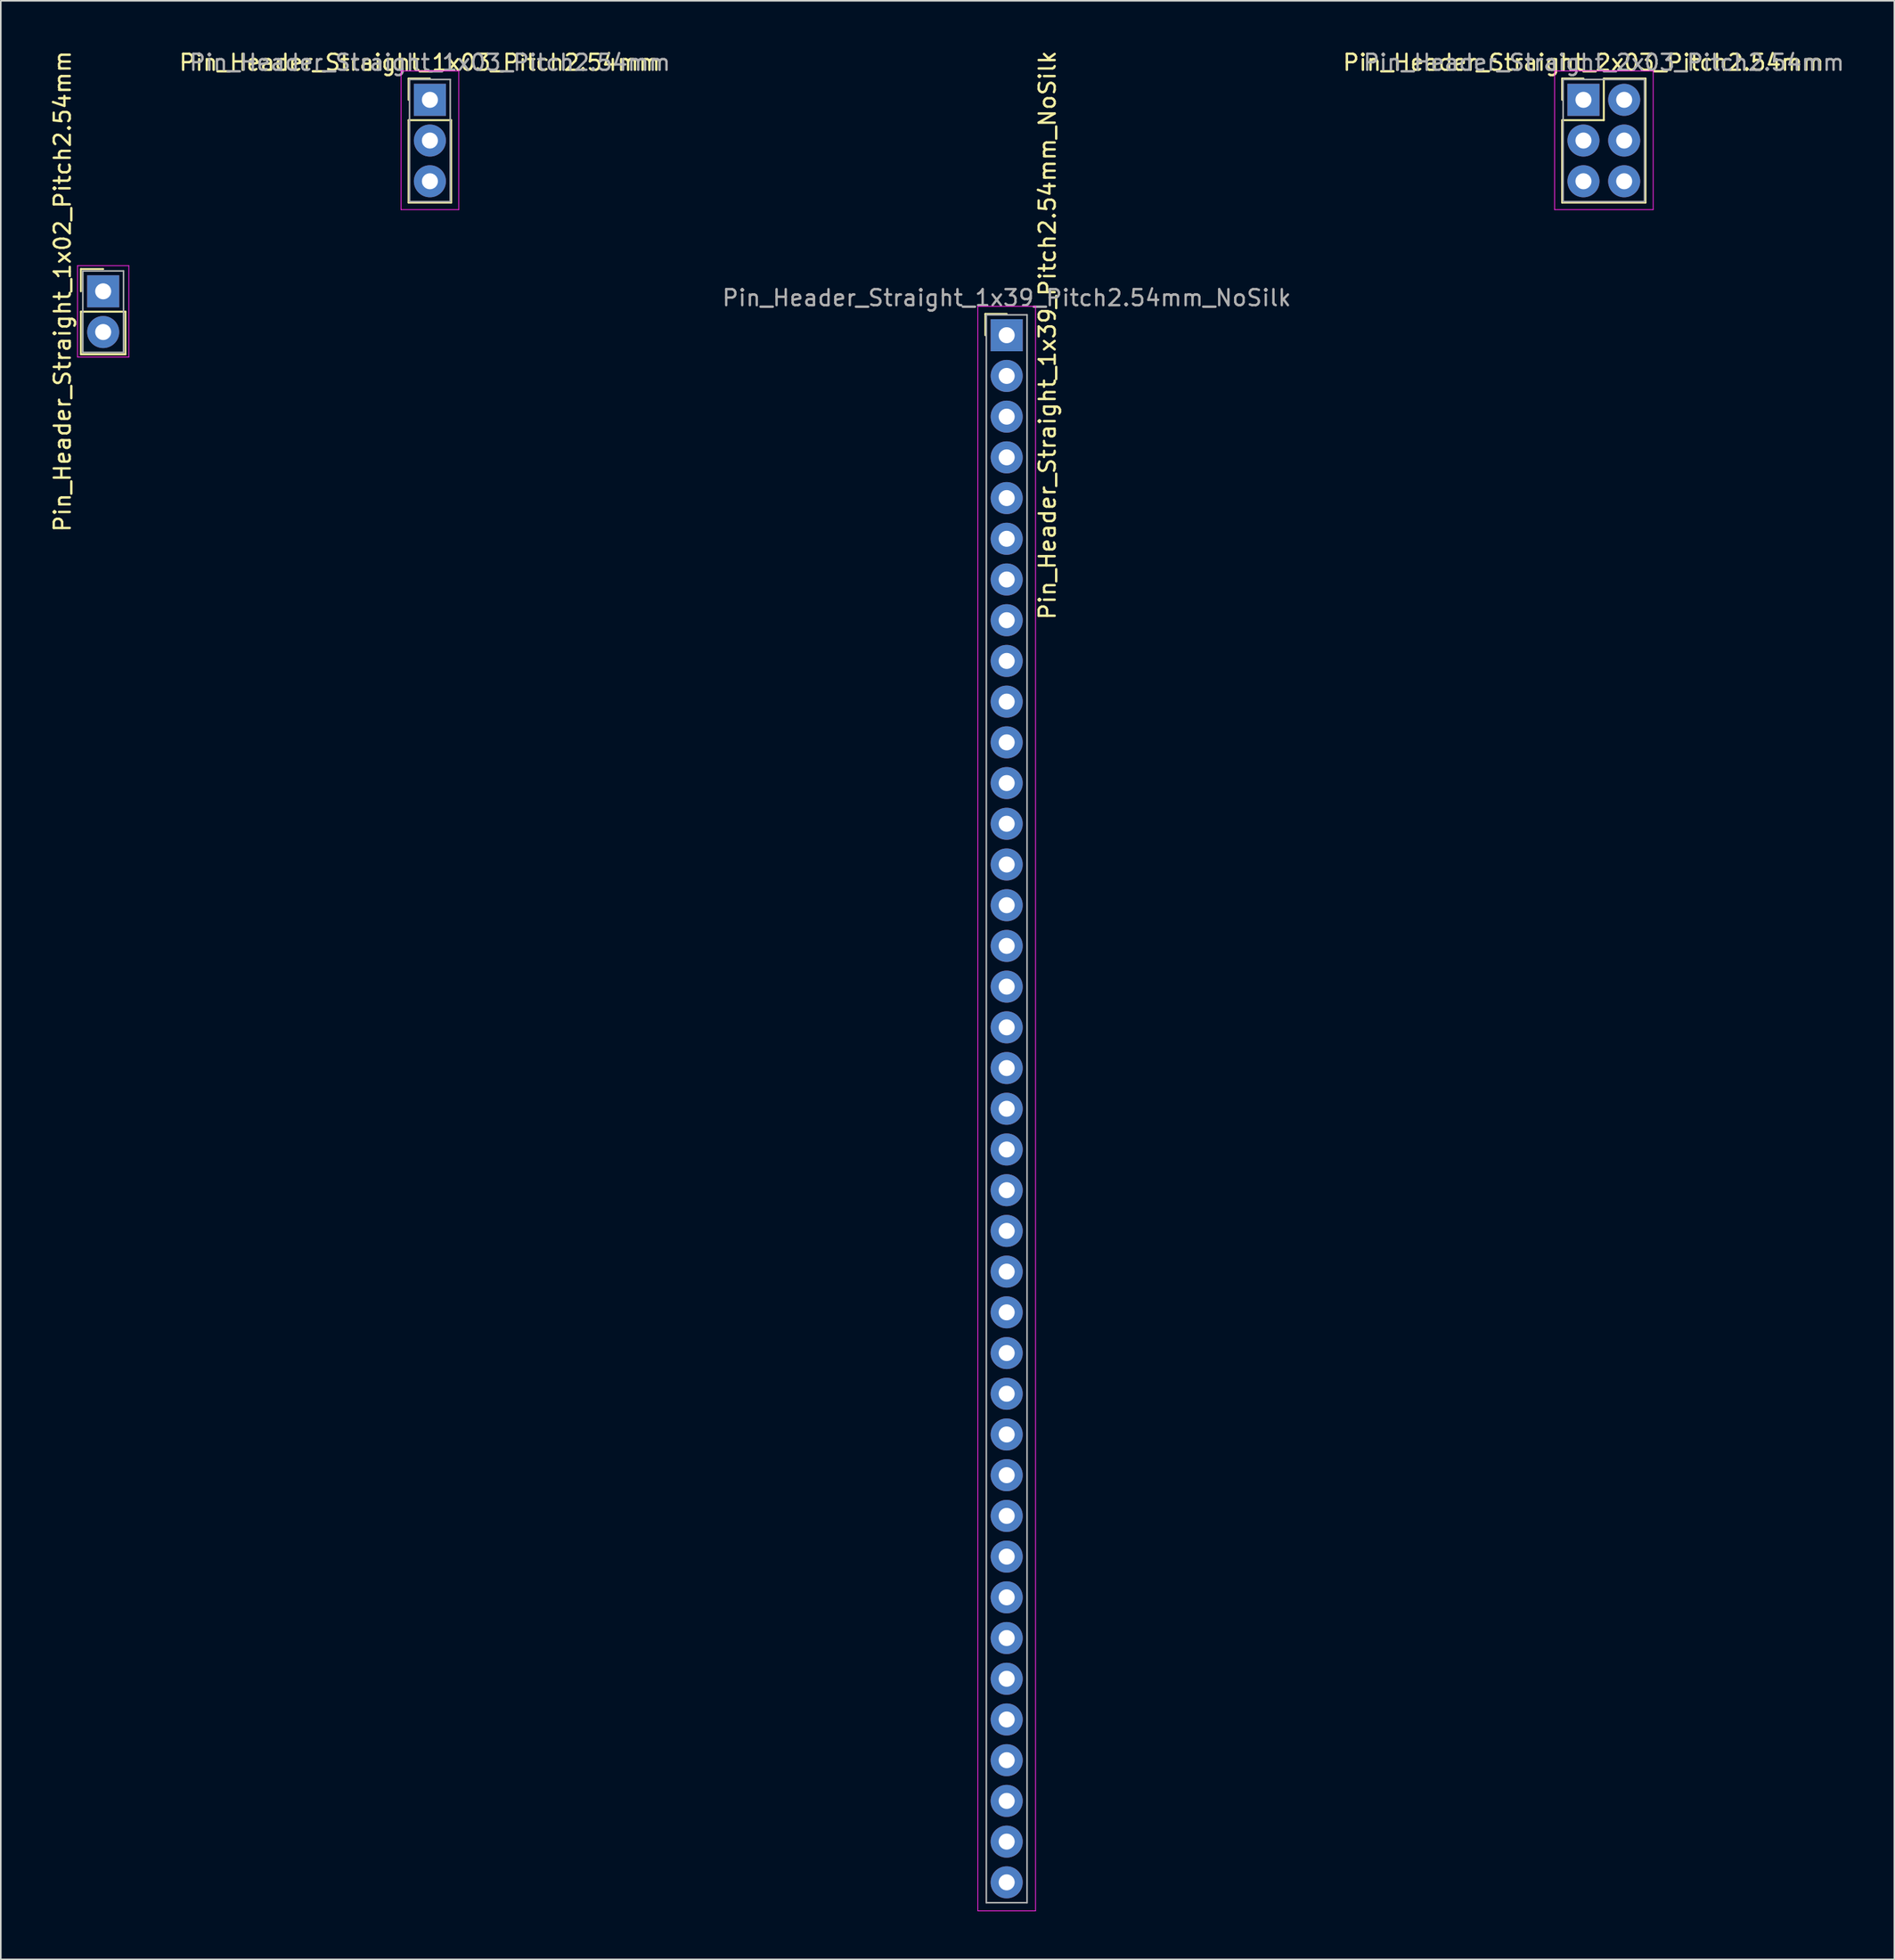
<source format=kicad_pcb>
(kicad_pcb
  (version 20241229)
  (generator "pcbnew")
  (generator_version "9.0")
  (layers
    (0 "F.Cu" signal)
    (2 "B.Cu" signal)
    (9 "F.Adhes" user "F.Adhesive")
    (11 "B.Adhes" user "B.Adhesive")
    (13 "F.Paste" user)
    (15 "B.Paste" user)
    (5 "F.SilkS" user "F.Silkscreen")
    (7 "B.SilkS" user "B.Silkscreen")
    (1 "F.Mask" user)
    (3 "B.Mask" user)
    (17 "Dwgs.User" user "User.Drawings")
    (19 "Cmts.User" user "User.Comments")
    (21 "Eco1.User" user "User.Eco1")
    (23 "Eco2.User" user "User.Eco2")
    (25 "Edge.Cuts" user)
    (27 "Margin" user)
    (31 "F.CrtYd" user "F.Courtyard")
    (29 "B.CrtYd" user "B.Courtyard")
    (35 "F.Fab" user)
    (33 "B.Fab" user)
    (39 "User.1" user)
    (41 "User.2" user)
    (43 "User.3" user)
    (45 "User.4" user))
  (footprint "Pin_Header_Straight_1x39_Pitch2.54mm_NoSilk"
    (layer "F.Cu")
    (at 59.761 17.863)
    (property "Reference" "Pin_Header_Straight_1x39_Pitch2.54mm_NoSilk" (at 2.54 0 90) (layer "F.SilkS") (effects (font (size 1 1) (thickness 0.15))))
    (attr through_hole)
    (fp_line (start -1.33 -1.33) (end 0 -1.33) (stroke (width 0.12) (type solid)) (layer "F.SilkS"))
    (fp_line (start -1.33 0) (end -1.33 -1.33) (stroke (width 0.12) (type solid)) (layer "F.SilkS"))
    (fp_line (start -1.8 -1.8) (end -1.8 98.3) (stroke (width 0.05) (type solid)) (layer "F.CrtYd"))
    (fp_line (start -1.8 98.3) (end 1.8 98.3) (stroke (width 0.05) (type solid)) (layer "F.CrtYd"))
    (fp_line (start 1.8 -1.8) (end -1.8 -1.8) (stroke (width 0.05) (type solid)) (layer "F.CrtYd"))
    (fp_line (start 1.8 98.3) (end 1.8 -1.8) (stroke (width 0.05) (type solid)) (layer "F.CrtYd"))
    (fp_line (start -1.27 -1.27) (end -1.27 97.79) (stroke (width 0.1) (type solid)) (layer "F.Fab"))
    (fp_line (start -1.27 97.79) (end 1.27 97.79) (stroke (width 0.1) (type solid)) (layer "F.Fab"))
    (fp_line (start 1.27 -1.27) (end -1.27 -1.27) (stroke (width 0.1) (type solid)) (layer "F.Fab"))
    (fp_line (start 1.27 97.79) (end 1.27 -1.27) (stroke (width 0.1) (type solid)) (layer "F.Fab"))
    (fp_text user "${REFERENCE}" (at 0 -2.33 0) (layer "F.Fab") (effects (font (size 1 1) (thickness 0.15))))
    (pad "1" thru_hole rect (at 0 0) (size 2 2) (drill 1) (layers "*.Cu" "*.Mask"))
    (pad "2" thru_hole oval (at 0 2.54) (size 2 2) (drill 1) (layers "*.Cu" "*.Mask"))
    (pad "3" thru_hole oval (at 0 5.08) (size 2 2) (drill 1) (layers "*.Cu" "*.Mask"))
    (pad "4" thru_hole oval (at 0 7.62) (size 2 2) (drill 1) (layers "*.Cu" "*.Mask"))
    (pad "5" thru_hole oval (at 0 10.16) (size 2 2) (drill 1) (layers "*.Cu" "*.Mask"))
    (pad "6" thru_hole oval (at 0 12.7) (size 2 2) (drill 1) (layers "*.Cu" "*.Mask"))
    (pad "7" thru_hole oval (at 0 15.24) (size 2 2) (drill 1) (layers "*.Cu" "*.Mask"))
    (pad "8" thru_hole oval (at 0 17.78) (size 2 2) (drill 1) (layers "*.Cu" "*.Mask"))
    (pad "9" thru_hole oval (at 0 20.32) (size 2 2) (drill 1) (layers "*.Cu" "*.Mask"))
    (pad "10" thru_hole oval (at 0 22.86) (size 2 2) (drill 1) (layers "*.Cu" "*.Mask"))
    (pad "11" thru_hole oval (at 0 25.4) (size 2 2) (drill 1) (layers "*.Cu" "*.Mask"))
    (pad "12" thru_hole oval (at 0 27.94) (size 2 2) (drill 1) (layers "*.Cu" "*.Mask"))
    (pad "13" thru_hole oval (at 0 30.48) (size 2 2) (drill 1) (layers "*.Cu" "*.Mask"))
    (pad "14" thru_hole oval (at 0 33.02) (size 2 2) (drill 1) (layers "*.Cu" "*.Mask"))
    (pad "15" thru_hole oval (at 0 35.56) (size 2 2) (drill 1) (layers "*.Cu" "*.Mask"))
    (pad "16" thru_hole oval (at 0 38.1) (size 2 2) (drill 1) (layers "*.Cu" "*.Mask"))
    (pad "17" thru_hole oval (at 0 40.64) (size 2 2) (drill 1) (layers "*.Cu" "*.Mask"))
    (pad "18" thru_hole oval (at 0 43.18) (size 2 2) (drill 1) (layers "*.Cu" "*.Mask"))
    (pad "19" thru_hole oval (at 0 45.72) (size 2 2) (drill 1) (layers "*.Cu" "*.Mask"))
    (pad "20" thru_hole oval (at 0 48.26) (size 2 2) (drill 1) (layers "*.Cu" "*.Mask"))
    (pad "21" thru_hole oval (at 0 50.8) (size 2 2) (drill 1) (layers "*.Cu" "*.Mask"))
    (pad "22" thru_hole oval (at 0 53.34) (size 2 2) (drill 1) (layers "*.Cu" "*.Mask"))
    (pad "23" thru_hole oval (at 0 55.88) (size 2 2) (drill 1) (layers "*.Cu" "*.Mask"))
    (pad "24" thru_hole oval (at 0 58.42) (size 2 2) (drill 1) (layers "*.Cu" "*.Mask"))
    (pad "25" thru_hole oval (at 0 60.96) (size 2 2) (drill 1) (layers "*.Cu" "*.Mask"))
    (pad "26" thru_hole oval (at 0 63.5) (size 2 2) (drill 1) (layers "*.Cu" "*.Mask"))
    (pad "27" thru_hole oval (at 0 66.04) (size 2 2) (drill 1) (layers "*.Cu" "*.Mask"))
    (pad "28" thru_hole oval (at 0 68.58) (size 2 2) (drill 1) (layers "*.Cu" "*.Mask"))
    (pad "29" thru_hole oval (at 0 71.12) (size 2 2) (drill 1) (layers "*.Cu" "*.Mask"))
    (pad "30" thru_hole oval (at 0 73.66) (size 2 2) (drill 1) (layers "*.Cu" "*.Mask"))
    (pad "31" thru_hole oval (at 0 76.2) (size 2 2) (drill 1) (layers "*.Cu" "*.Mask"))
    (pad "32" thru_hole oval (at 0 78.74) (size 2 2) (drill 1) (layers "*.Cu" "*.Mask"))
    (pad "33" thru_hole oval (at 0 81.28) (size 2 2) (drill 1) (layers "*.Cu" "*.Mask"))
    (pad "34" thru_hole oval (at 0 83.82) (size 2 2) (drill 1) (layers "*.Cu" "*.Mask"))
    (pad "35" thru_hole oval (at 0 86.36) (size 2 2) (drill 1) (layers "*.Cu" "*.Mask"))
    (pad "36" thru_hole oval (at 0 88.9) (size 2 2) (drill 1) (layers "*.Cu" "*.Mask"))
    (pad "37" thru_hole oval (at 0 91.44) (size 2 2) (drill 1) (layers "*.Cu" "*.Mask"))
    (pad "38" thru_hole oval (at 0 93.98) (size 2 2) (drill 1) (layers "*.Cu" "*.Mask"))
    (pad "39" thru_hole oval (at 0 96.52) (size 2 2) (drill 1) (layers "*.Cu" "*.Mask")))
  (footprint "Pin_Header_Straight_1x03_Pitch2.54mm"
    (layer "F.Cu")
    (at 23.773 3.178)
    (property "Reference" "Pin_Header_Straight_1x03_Pitch2.54mm" (at -0.635 -2.33 0) (layer "F.SilkS") (effects (font (size 1 1) (thickness 0.15))))
    (attr through_hole)
    (fp_line (start -1.33 -1.33) (end 0 -1.33) (stroke (width 0.12) (type solid)) (layer "F.SilkS"))
    (fp_line (start -1.33 0) (end -1.33 -1.33) (stroke (width 0.12) (type solid)) (layer "F.SilkS"))
    (fp_line (start -1.33 1.27) (end -1.33 6.41) (stroke (width 0.12) (type solid)) (layer "F.SilkS"))
    (fp_line (start -1.33 6.41) (end 1.33 6.41) (stroke (width 0.12) (type solid)) (layer "F.SilkS"))
    (fp_line (start 1.33 1.27) (end -1.33 1.27) (stroke (width 0.12) (type solid)) (layer "F.SilkS"))
    (fp_line (start 1.33 6.41) (end 1.33 1.27) (stroke (width 0.12) (type solid)) (layer "F.SilkS"))
    (fp_line (start -1.8 -1.8) (end -1.8 6.85) (stroke (width 0.05) (type solid)) (layer "F.CrtYd"))
    (fp_line (start -1.8 6.85) (end 1.8 6.85) (stroke (width 0.05) (type solid)) (layer "F.CrtYd"))
    (fp_line (start 1.8 -1.8) (end -1.8 -1.8) (stroke (width 0.05) (type solid)) (layer "F.CrtYd"))
    (fp_line (start 1.8 6.85) (end 1.8 -1.8) (stroke (width 0.05) (type solid)) (layer "F.CrtYd"))
    (fp_line (start -1.27 -1.27) (end -1.27 6.35) (stroke (width 0.1) (type solid)) (layer "F.Fab"))
    (fp_line (start -1.27 6.35) (end 1.27 6.35) (stroke (width 0.1) (type solid)) (layer "F.Fab"))
    (fp_line (start 1.27 -1.27) (end -1.27 -1.27) (stroke (width 0.1) (type solid)) (layer "F.Fab"))
    (fp_line (start 1.27 6.35) (end 1.27 -1.27) (stroke (width 0.1) (type solid)) (layer "F.Fab"))
    (fp_text user "${REFERENCE}" (at 0 -2.33 0) (layer "F.Fab") (effects (font (size 1 1) (thickness 0.15))))
    (pad "1" thru_hole rect (at 0 0) (size 2 2) (drill 1) (layers "*.Cu" "*.Mask"))
    (pad "2" thru_hole oval (at 0 2.54) (size 2 2) (drill 1) (layers "*.Cu" "*.Mask"))
    (pad "3" thru_hole oval (at 0 5.08) (size 2 2) (drill 1) (layers "*.Cu" "*.Mask")))
  (footprint "Pin_Header_Straight_1x02_Pitch2.54mm"
    (layer "F.Cu")
    (at 3.388 15.125)
    (property "Reference" "Pin_Header_Straight_1x02_Pitch2.54mm" (at -2.54 0 90) (layer "F.SilkS") (effects (font (size 1 1) (thickness 0.15))))
    (attr through_hole)
    (fp_line (start -1.39 -1.39) (end 0 -1.39) (stroke (width 0.12) (type solid)) (layer "F.SilkS"))
    (fp_line (start -1.39 0) (end -1.39 -1.39) (stroke (width 0.12) (type solid)) (layer "F.SilkS"))
    (fp_line (start -1.39 1.27) (end -1.39 3.93) (stroke (width 0.12) (type solid)) (layer "F.SilkS"))
    (fp_line (start -1.39 3.93) (end 1.39 3.93) (stroke (width 0.12) (type solid)) (layer "F.SilkS"))
    (fp_line (start 1.39 1.27) (end -1.39 1.27) (stroke (width 0.12) (type solid)) (layer "F.SilkS"))
    (fp_line (start 1.39 3.93) (end 1.39 1.27) (stroke (width 0.12) (type solid)) (layer "F.SilkS"))
    (fp_line (start -1.6 -1.6) (end -1.6 4.1) (stroke (width 0.05) (type solid)) (layer "F.CrtYd"))
    (fp_line (start -1.6 4.1) (end 1.6 4.1) (stroke (width 0.05) (type solid)) (layer "F.CrtYd"))
    (fp_line (start 1.6 -1.6) (end -1.6 -1.6) (stroke (width 0.05) (type solid)) (layer "F.CrtYd"))
    (fp_line (start 1.6 4.1) (end 1.6 -1.6) (stroke (width 0.05) (type solid)) (layer "F.CrtYd"))
    (fp_line (start -1.27 -1.27) (end -1.27 3.81) (stroke (width 0.1) (type solid)) (layer "F.Fab"))
    (fp_line (start -1.27 3.81) (end 1.27 3.81) (stroke (width 0.1) (type solid)) (layer "F.Fab"))
    (fp_line (start 1.27 -1.27) (end -1.27 -1.27) (stroke (width 0.1) (type solid)) (layer "F.Fab"))
    (fp_line (start 1.27 3.81) (end 1.27 -1.27) (stroke (width 0.1) (type solid)) (layer "F.Fab"))
    (pad "1" thru_hole rect (at 0 0) (size 2 2) (drill 1) (layers "*.Cu" "*.Mask"))
    (pad "2" thru_hole circle (at 0 2.54) (size 2 2) (drill 1) (layers "*.Cu" "*.Mask")))
  (footprint "Pin_Header_Straight_2x03_Pitch2.54mm"
    (layer "F.Cu")
    (at 95.749 3.178)
    (property "Reference" "Pin_Header_Straight_2x03_Pitch2.54mm" (at 0 -2.33 0) (layer "F.SilkS") (effects (font (size 1 1) (thickness 0.15))))
    (attr through_hole)
    (fp_line (start -1.33 -1.33) (end 0 -1.33) (stroke (width 0.12) (type solid)) (layer "F.SilkS"))
    (fp_line (start -1.33 0) (end -1.33 -1.33) (stroke (width 0.12) (type solid)) (layer "F.SilkS"))
    (fp_line (start -1.33 1.27) (end -1.33 6.41) (stroke (width 0.12) (type solid)) (layer "F.SilkS"))
    (fp_line (start -1.33 6.41) (end 3.87 6.41) (stroke (width 0.12) (type solid)) (layer "F.SilkS"))
    (fp_line (start 1.27 -1.33) (end 1.27 1.27) (stroke (width 0.12) (type solid)) (layer "F.SilkS"))
    (fp_line (start 1.27 1.27) (end -1.33 1.27) (stroke (width 0.12) (type solid)) (layer "F.SilkS"))
    (fp_line (start 3.87 -1.33) (end 1.27 -1.33) (stroke (width 0.12) (type solid)) (layer "F.SilkS"))
    (fp_line (start 3.87 6.41) (end 3.87 -1.33) (stroke (width 0.12) (type solid)) (layer "F.SilkS"))
    (fp_line (start -1.8 -1.8) (end -1.8 6.85) (stroke (width 0.05) (type solid)) (layer "F.CrtYd"))
    (fp_line (start -1.8 6.85) (end 4.35 6.85) (stroke (width 0.05) (type solid)) (layer "F.CrtYd"))
    (fp_line (start 4.35 -1.8) (end -1.8 -1.8) (stroke (width 0.05) (type solid)) (layer "F.CrtYd"))
    (fp_line (start 4.35 6.85) (end 4.35 -1.8) (stroke (width 0.05) (type solid)) (layer "F.CrtYd"))
    (fp_line (start -1.27 -1.27) (end -1.27 6.35) (stroke (width 0.1) (type solid)) (layer "F.Fab"))
    (fp_line (start -1.27 6.35) (end 3.81 6.35) (stroke (width 0.1) (type solid)) (layer "F.Fab"))
    (fp_line (start 3.81 -1.27) (end -1.27 -1.27) (stroke (width 0.1) (type solid)) (layer "F.Fab"))
    (fp_line (start 3.81 6.35) (end 3.81 -1.27) (stroke (width 0.1) (type solid)) (layer "F.Fab"))
    (fp_text user "${REFERENCE}" (at 1.27 -2.33 0) (layer "F.Fab") (effects (font (size 1 1) (thickness 0.15))))
    (pad "1" thru_hole rect (at 0 0) (size 2 2) (drill 1) (layers "*.Cu" "*.Mask"))
    (pad "2" thru_hole oval (at 2.54 0) (size 2 2) (drill 1) (layers "*.Cu" "*.Mask"))
    (pad "3" thru_hole oval (at 0 2.54) (size 2 2) (drill 1) (layers "*.Cu" "*.Mask"))
    (pad "4" thru_hole oval (at 2.54 2.54) (size 2 2) (drill 1) (layers "*.Cu" "*.Mask"))
    (pad "5" thru_hole oval (at 0 5.08) (size 2 2) (drill 1) (layers "*.Cu" "*.Mask"))
    (pad "6" thru_hole oval (at 2.54 5.08) (size 2 2) (drill 1) (layers "*.Cu" "*.Mask")))
  (gr_rect
    (start -3 -3)
    (end 115.144 119.188)
    (stroke (width 0.1) (type default))
    (fill no)
    (layer "Edge.Cuts")))
</source>
